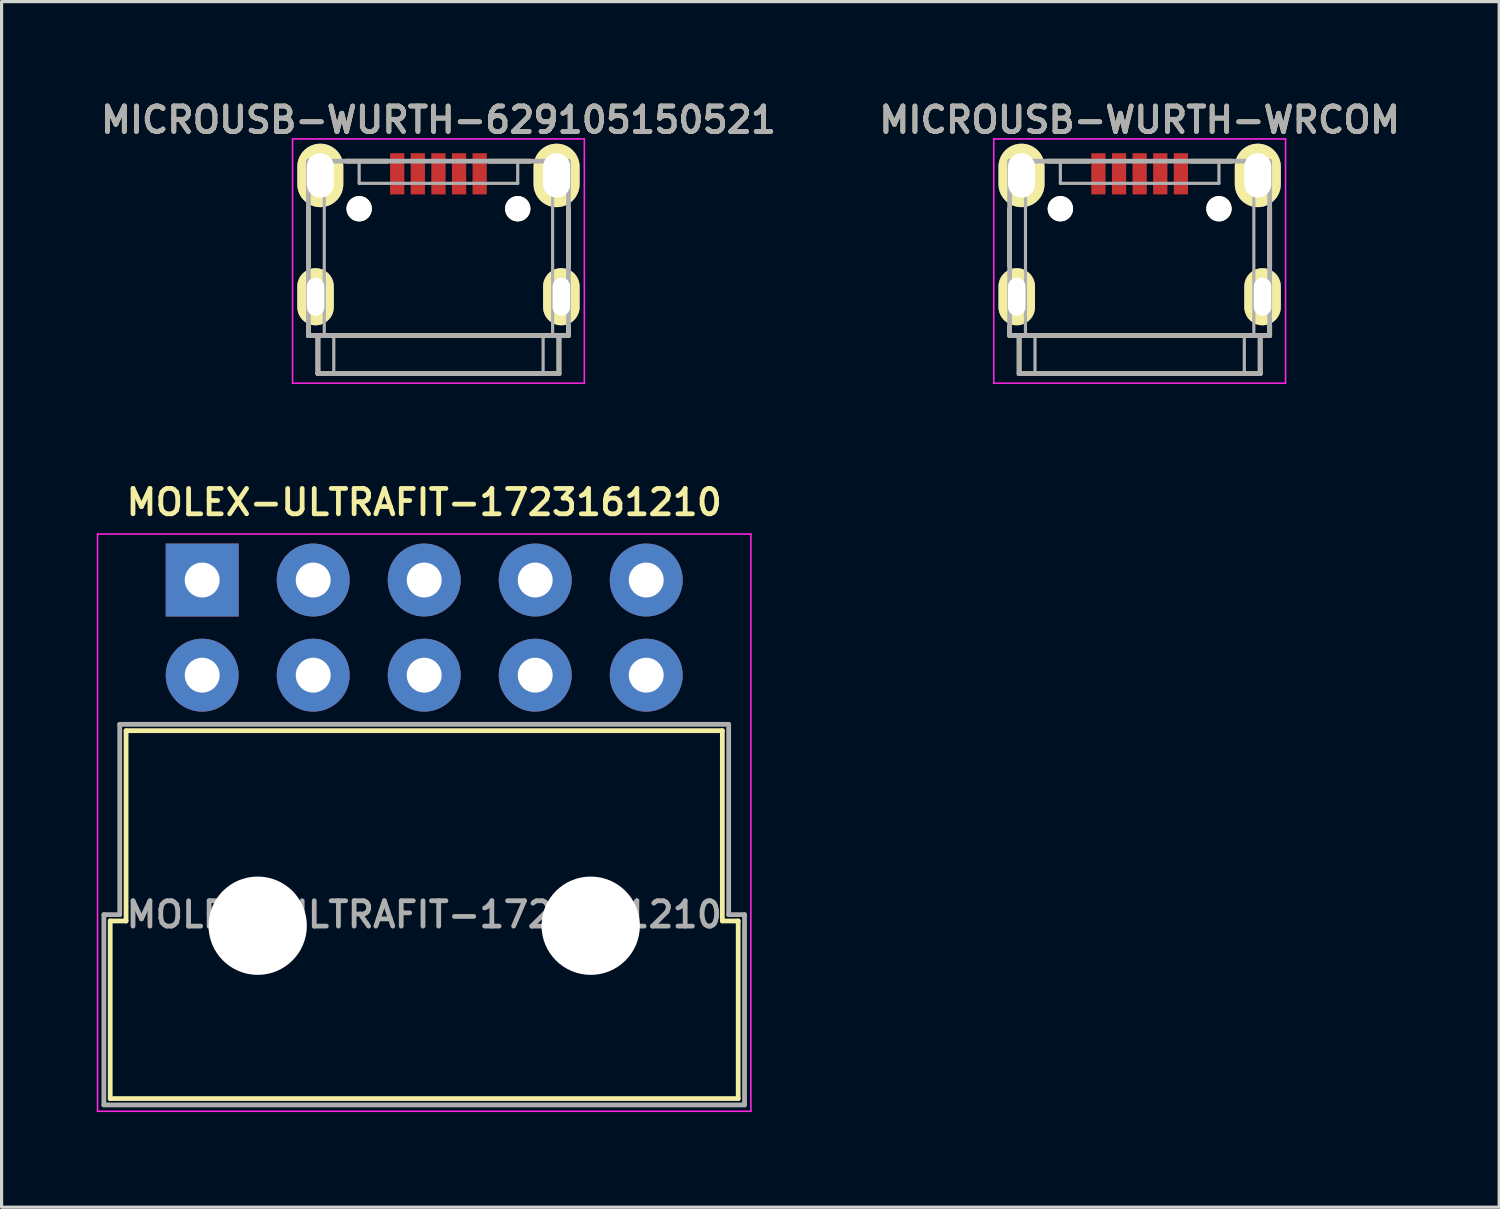
<source format=kicad_pcb>
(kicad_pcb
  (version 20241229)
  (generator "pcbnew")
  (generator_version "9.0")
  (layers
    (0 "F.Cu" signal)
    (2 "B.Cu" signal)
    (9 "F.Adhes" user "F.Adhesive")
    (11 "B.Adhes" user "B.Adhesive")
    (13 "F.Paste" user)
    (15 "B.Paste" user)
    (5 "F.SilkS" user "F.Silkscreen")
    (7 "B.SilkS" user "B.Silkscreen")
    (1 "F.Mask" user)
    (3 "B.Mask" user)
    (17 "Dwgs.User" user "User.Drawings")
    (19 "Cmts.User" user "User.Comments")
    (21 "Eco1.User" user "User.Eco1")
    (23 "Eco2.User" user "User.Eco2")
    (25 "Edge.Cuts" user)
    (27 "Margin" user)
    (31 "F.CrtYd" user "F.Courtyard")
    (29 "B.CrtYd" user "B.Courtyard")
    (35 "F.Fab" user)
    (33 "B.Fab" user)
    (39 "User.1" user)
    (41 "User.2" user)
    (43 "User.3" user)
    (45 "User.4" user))
  (footprint "MICROUSB-WURTH-629105150521"
    (layer "F.Cu")
    (at 10.774 5.131)
    (property "Reference" "MICROUSB-WURTH-629105150521" (at 0 -4.4 0) (layer "F.SilkS") (effects (font (size 0.8 0.8) (thickness 0.15))))
    (attr through_hole)
    (fp_line (start -4.1 -1.6) (end -4.1 0.2) (stroke (width 0.15) (type solid)) (layer "F.SilkS"))
    (fp_line (start -4.1 2.1) (end -4.1 2.4) (stroke (width 0.15) (type solid)) (layer "F.SilkS"))
    (fp_line (start -4.1 2.4) (end 4.1 2.4) (stroke (width 0.15) (type solid)) (layer "F.SilkS"))
    (fp_line (start -3.8 2.4) (end -3.8 3.6) (stroke (width 0.15) (type solid)) (layer "F.SilkS"))
    (fp_line (start -3.8 3.6) (end 3.8 3.6) (stroke (width 0.15) (type solid)) (layer "F.SilkS"))
    (fp_line (start -1.6 -3.1) (end -2.9 -3.1) (stroke (width 0.15) (type solid)) (layer "F.SilkS"))
    (fp_line (start 1.6 -3.1) (end 2.9 -3.1) (stroke (width 0.15) (type solid)) (layer "F.SilkS"))
    (fp_line (start 3.8 3.6) (end 3.8 2.4) (stroke (width 0.15) (type solid)) (layer "F.SilkS"))
    (fp_line (start 4.1 -1.6) (end 4.1 0.2) (stroke (width 0.15) (type solid)) (layer "F.SilkS"))
    (fp_line (start 4.1 2.4) (end 4.1 2.1) (stroke (width 0.15) (type solid)) (layer "F.SilkS"))
    (fp_line (start -4.6 -3.8) (end 4.6 -3.8) (stroke (width 0.05) (type solid)) (layer "F.CrtYd"))
    (fp_line (start -4.6 3.9) (end -4.6 -3.8) (stroke (width 0.05) (type solid)) (layer "F.CrtYd"))
    (fp_line (start 4.6 -3.8) (end 4.6 3.9) (stroke (width 0.05) (type solid)) (layer "F.CrtYd"))
    (fp_line (start 4.6 3.9) (end -4.6 3.9) (stroke (width 0.05) (type solid)) (layer "F.CrtYd"))
    (fp_line (start -4.1 -3.1) (end 4.1 -3.1) (stroke (width 0.15) (type solid)) (layer "F.Fab"))
    (fp_line (start -4.1 2.4) (end -4.1 -3.1) (stroke (width 0.15) (type solid)) (layer "F.Fab"))
    (fp_line (start -3.8 2.4) (end -4.1 2.4) (stroke (width 0.15) (type solid)) (layer "F.Fab"))
    (fp_line (start -3.8 2.4) (end -3.8 3.6) (stroke (width 0.15) (type solid)) (layer "F.Fab"))
    (fp_line (start -3.8 2.4) (end 3.8 2.4) (stroke (width 0.15) (type solid)) (layer "F.Fab"))
    (fp_line (start -3.6 2.4) (end -3.6 -3.1) (stroke (width 0.1) (type solid)) (layer "F.Fab"))
    (fp_line (start -3.3 2.4) (end -3.3 3.6) (stroke (width 0.1) (type solid)) (layer "F.Fab"))
    (fp_line (start -2.5 -3.1) (end -2.5 -2.4) (stroke (width 0.1) (type solid)) (layer "F.Fab"))
    (fp_line (start -2.5 -2.4) (end 2.5 -2.4) (stroke (width 0.1) (type solid)) (layer "F.Fab"))
    (fp_line (start 2.5 -2.4) (end 2.5 -3) (stroke (width 0.1) (type solid)) (layer "F.Fab"))
    (fp_line (start 3.3 2.4) (end 3.3 3.6) (stroke (width 0.1) (type solid)) (layer "F.Fab"))
    (fp_line (start 3.6 -3.1) (end 3.6 2.4) (stroke (width 0.1) (type solid)) (layer "F.Fab"))
    (fp_line (start 3.8 3.6) (end -3.8 3.6) (stroke (width 0.15) (type solid)) (layer "F.Fab"))
    (fp_line (start 3.8 3.6) (end 3.8 2.4) (stroke (width 0.15) (type solid)) (layer "F.Fab"))
    (fp_line (start 4.1 -3.1) (end 4.1 2.4) (stroke (width 0.15) (type solid)) (layer "F.Fab"))
    (fp_line (start 4.1 2.4) (end 3.8 2.4) (stroke (width 0.15) (type solid)) (layer "F.Fab"))
    (fp_text user "${REFERENCE}" (at 0 -4.4 0) (layer "F.Fab") (effects (font (size 0.8 0.8) (thickness 0.15))))
    (pad "" np_thru_hole circle (at -2.5 -1.6) (size 0.8 0.8) (drill 0.8) (layers "*.Cu" "*.Mask" "F.SilkS"))
    (pad "" np_thru_hole circle (at 2.5 -1.6) (size 0.8 0.8) (drill 0.8) (layers "*.Cu" "*.Mask" "F.SilkS"))
    (pad "1" smd rect (at -1.3 -2.7) (size 0.45 1.3) (layers "F.Cu" "F.Mask" "F.Paste"))
    (pad "2" smd rect (at -0.65 -2.7) (size 0.45 1.3) (layers "F.Cu" "F.Mask" "F.Paste"))
    (pad "3" smd rect (at 0 -2.7) (size 0.45 1.3) (layers "F.Cu" "F.Mask" "F.Paste"))
    (pad "4" smd rect (at 0.65 -2.7) (size 0.45 1.3) (layers "F.Cu" "F.Mask" "F.Paste"))
    (pad "5" smd rect (at 1.3 -2.7) (size 0.45 1.3) (layers "F.Cu" "F.Mask" "F.Paste"))
    (pad "S1" thru_hole oval (at -3.725 -2.65) (size 1.45 2) (drill oval 0.85 1.4) (layers "*.Cu" "*.Mask" "F.SilkS"))
    (pad "S2" thru_hole oval (at 3.725 -2.65) (size 1.45 2) (drill oval 0.85 1.4) (layers "*.Cu" "*.Mask" "F.SilkS"))
    (pad "S3" thru_hole oval (at -3.875 1.175) (size 1.15 1.8) (drill oval 0.55 1.2) (layers "*.Cu" "*.Mask" "F.SilkS"))
    (pad "S4" thru_hole oval (at 3.875 1.175) (size 1.15 1.8) (drill oval 0.55 1.2) (layers "*.Cu" "*.Mask" "F.SilkS")))
  (footprint "MICROUSB-WURTH-WRCOM"
    (layer "F.Cu")
    (at 32.883 5.131)
    (property "Reference" "MICROUSB-WURTH-WRCOM" (at 0 -4.4 0) (layer "F.SilkS") (effects (font (size 0.8 0.8) (thickness 0.15))))
    (attr through_hole)
    (fp_line (start -4.1 -1.6) (end -4.1 0.2) (stroke (width 0.15) (type solid)) (layer "F.SilkS"))
    (fp_line (start -4.1 2.1) (end -4.1 2.4) (stroke (width 0.15) (type solid)) (layer "F.SilkS"))
    (fp_line (start -4.1 2.4) (end 4.1 2.4) (stroke (width 0.15) (type solid)) (layer "F.SilkS"))
    (fp_line (start -3.8 2.4) (end -3.8 3.6) (stroke (width 0.15) (type solid)) (layer "F.SilkS"))
    (fp_line (start -3.8 3.6) (end 3.8 3.6) (stroke (width 0.15) (type solid)) (layer "F.SilkS"))
    (fp_line (start -1.6 -3.1) (end -2.9 -3.1) (stroke (width 0.15) (type solid)) (layer "F.SilkS"))
    (fp_line (start 1.6 -3.1) (end 2.9 -3.1) (stroke (width 0.15) (type solid)) (layer "F.SilkS"))
    (fp_line (start 3.8 3.6) (end 3.8 2.4) (stroke (width 0.15) (type solid)) (layer "F.SilkS"))
    (fp_line (start 4.1 -1.6) (end 4.1 0.2) (stroke (width 0.15) (type solid)) (layer "F.SilkS"))
    (fp_line (start 4.1 2.4) (end 4.1 2.1) (stroke (width 0.15) (type solid)) (layer "F.SilkS"))
    (fp_line (start -4.6 -3.8) (end 4.6 -3.8) (stroke (width 0.05) (type solid)) (layer "F.CrtYd"))
    (fp_line (start -4.6 3.9) (end -4.6 -3.8) (stroke (width 0.05) (type solid)) (layer "F.CrtYd"))
    (fp_line (start 4.6 -3.8) (end 4.6 3.9) (stroke (width 0.05) (type solid)) (layer "F.CrtYd"))
    (fp_line (start 4.6 3.9) (end -4.6 3.9) (stroke (width 0.05) (type solid)) (layer "F.CrtYd"))
    (fp_line (start -4.1 -3.1) (end 4.1 -3.1) (stroke (width 0.15) (type solid)) (layer "F.Fab"))
    (fp_line (start -4.1 2.4) (end -4.1 -3.1) (stroke (width 0.15) (type solid)) (layer "F.Fab"))
    (fp_line (start -3.8 2.4) (end -4.1 2.4) (stroke (width 0.15) (type solid)) (layer "F.Fab"))
    (fp_line (start -3.8 2.4) (end -3.8 3.6) (stroke (width 0.15) (type solid)) (layer "F.Fab"))
    (fp_line (start -3.8 2.4) (end 3.8 2.4) (stroke (width 0.15) (type solid)) (layer "F.Fab"))
    (fp_line (start -3.6 2.4) (end -3.6 -3.1) (stroke (width 0.1) (type solid)) (layer "F.Fab"))
    (fp_line (start -3.3 2.4) (end -3.3 3.6) (stroke (width 0.1) (type solid)) (layer "F.Fab"))
    (fp_line (start -2.5 -3.1) (end -2.5 -2.4) (stroke (width 0.1) (type solid)) (layer "F.Fab"))
    (fp_line (start -2.5 -2.4) (end 2.5 -2.4) (stroke (width 0.1) (type solid)) (layer "F.Fab"))
    (fp_line (start 2.5 -2.4) (end 2.5 -3) (stroke (width 0.1) (type solid)) (layer "F.Fab"))
    (fp_line (start 3.3 2.4) (end 3.3 3.6) (stroke (width 0.1) (type solid)) (layer "F.Fab"))
    (fp_line (start 3.6 -3.1) (end 3.6 2.4) (stroke (width 0.1) (type solid)) (layer "F.Fab"))
    (fp_line (start 3.8 3.6) (end -3.8 3.6) (stroke (width 0.15) (type solid)) (layer "F.Fab"))
    (fp_line (start 3.8 3.6) (end 3.8 2.4) (stroke (width 0.15) (type solid)) (layer "F.Fab"))
    (fp_line (start 4.1 -3.1) (end 4.1 2.4) (stroke (width 0.15) (type solid)) (layer "F.Fab"))
    (fp_line (start 4.1 2.4) (end 3.8 2.4) (stroke (width 0.15) (type solid)) (layer "F.Fab"))
    (fp_text user "${REFERENCE}" (at 0 -4.4 0) (layer "F.Fab") (effects (font (size 0.8 0.8) (thickness 0.15))))
    (pad "" np_thru_hole circle (at -2.5 -1.6) (size 0.8 0.8) (drill 0.8) (layers "*.Cu" "*.Mask" "F.SilkS"))
    (pad "" np_thru_hole circle (at 2.5 -1.6) (size 0.8 0.8) (drill 0.8) (layers "*.Cu" "*.Mask" "F.SilkS"))
    (pad "1" smd rect (at -1.3 -2.7) (size 0.45 1.3) (layers "F.Cu" "F.Mask" "F.Paste"))
    (pad "2" smd rect (at -0.65 -2.7) (size 0.45 1.3) (layers "F.Cu" "F.Mask" "F.Paste"))
    (pad "3" smd rect (at 0 -2.7) (size 0.45 1.3) (layers "F.Cu" "F.Mask" "F.Paste"))
    (pad "4" smd rect (at 0.65 -2.7) (size 0.45 1.3) (layers "F.Cu" "F.Mask" "F.Paste"))
    (pad "5" smd rect (at 1.3 -2.7) (size 0.45 1.3) (layers "F.Cu" "F.Mask" "F.Paste"))
    (pad "S1" thru_hole oval (at -3.725 -2.65) (size 1.45 2) (drill oval 0.85 1.4) (layers "*.Cu" "*.Mask" "F.SilkS"))
    (pad "S2" thru_hole oval (at 3.725 -2.65) (size 1.45 2) (drill oval 0.85 1.4) (layers "*.Cu" "*.Mask" "F.SilkS"))
    (pad "S3" thru_hole oval (at -3.875 1.175) (size 1.15 1.8) (drill oval 0.55 1.2) (layers "*.Cu" "*.Mask" "F.SilkS"))
    (pad "S4" thru_hole oval (at 3.875 1.175) (size 1.15 1.8) (drill oval 0.55 1.2) (layers "*.Cu" "*.Mask" "F.SilkS")))
  (footprint "MOLEX-ULTRAFIT-1723161210"
    (layer "F.Cu")
    (at 10.325 25.788)
    (property "Reference" "MOLEX-ULTRAFIT-1723161210" (at 0 -13 0) (layer "F.SilkS") (effects (font (size 0.8 0.8) (thickness 0.15))))
    (attr through_hole)
    (fp_line (start -9.9 0.2) (end -9.4 0.2) (stroke (width 0.15) (type solid)) (layer "F.SilkS"))
    (fp_line (start -9.9 5.8) (end -9.9 0.2) (stroke (width 0.15) (type solid)) (layer "F.SilkS"))
    (fp_line (start -9.9 5.8) (end 9.9 5.8) (stroke (width 0.15) (type solid)) (layer "F.SilkS"))
    (fp_line (start -9.4 -5.8) (end -9.4 0.2) (stroke (width 0.15) (type solid)) (layer "F.SilkS"))
    (fp_line (start 9.4 -5.8) (end -9.4 -5.8) (stroke (width 0.15) (type solid)) (layer "F.SilkS"))
    (fp_line (start 9.4 0.2) (end 9.4 -5.8) (stroke (width 0.15) (type solid)) (layer "F.SilkS"))
    (fp_line (start 9.4 0.2) (end 9.9 0.2) (stroke (width 0.15) (type solid)) (layer "F.SilkS"))
    (fp_line (start 9.9 5.8) (end 9.9 0.2) (stroke (width 0.15) (type solid)) (layer "F.SilkS"))
    (fp_line (start -10.3 -12) (end 10.3 -12) (stroke (width 0.05) (type solid)) (layer "F.CrtYd"))
    (fp_line (start -10.3 6.2) (end -10.3 -12) (stroke (width 0.05) (type solid)) (layer "F.CrtYd"))
    (fp_line (start -10.3 6.2) (end 10.3 6.2) (stroke (width 0.05) (type solid)) (layer "F.CrtYd"))
    (fp_line (start 10.3 6.2) (end 10.3 -12) (stroke (width 0.05) (type solid)) (layer "F.CrtYd"))
    (fp_line (start -10.1 0) (end -10.1 6) (stroke (width 0.15) (type solid)) (layer "F.Fab"))
    (fp_line (start -10.1 6) (end 10.1 6) (stroke (width 0.15) (type solid)) (layer "F.Fab"))
    (fp_line (start -9.6 -6) (end -9.6 0) (stroke (width 0.15) (type solid)) (layer "F.Fab"))
    (fp_line (start -9.6 0) (end -10.1 0) (stroke (width 0.15) (type solid)) (layer "F.Fab"))
    (fp_line (start 9.6 -6) (end -9.6 -6) (stroke (width 0.15) (type solid)) (layer "F.Fab"))
    (fp_line (start 9.6 0) (end 9.6 -6) (stroke (width 0.15) (type solid)) (layer "F.Fab"))
    (fp_line (start 10.1 0) (end 9.6 0) (stroke (width 0.15) (type solid)) (layer "F.Fab"))
    (fp_line (start 10.1 6) (end 10.1 0) (stroke (width 0.15) (type solid)) (layer "F.Fab"))
    (fp_text user "${REFERENCE}" (at 0 0 0) (layer "F.Fab") (effects (font (size 0.8 0.8) (thickness 0.15))))
    (pad "" np_thru_hole circle (at -5.25 0.35) (size 3.1 3.1) (drill 3.1) (layers "*.Cu" "*.Mask"))
    (pad "" np_thru_hole circle (at 5.25 0.35) (size 3.1 3.1) (drill 3.1) (layers "*.Cu" "*.Mask"))
    (pad "1" thru_hole rect (at -7 -10.55) (size 2.3 2.3) (drill 1.1) (layers "*.Cu" "*.Mask"))
    (pad "2" thru_hole circle (at -7 -7.55) (size 2.3 2.3) (drill 1.1) (layers "*.Cu" "*.Mask"))
    (pad "3" thru_hole circle (at -3.5 -10.55) (size 2.3 2.3) (drill 1.1) (layers "*.Cu" "*.Mask"))
    (pad "4" thru_hole circle (at -3.5 -7.55) (size 2.3 2.3) (drill 1.1) (layers "*.Cu" "*.Mask"))
    (pad "5" thru_hole circle (at 0 -10.55) (size 2.3 2.3) (drill 1.1) (layers "*.Cu" "*.Mask"))
    (pad "6" thru_hole circle (at 0 -7.55) (size 2.3 2.3) (drill 1.1) (layers "*.Cu" "*.Mask"))
    (pad "7" thru_hole circle (at 3.5 -10.55) (size 2.3 2.3) (drill 1.1) (layers "*.Cu" "*.Mask"))
    (pad "8" thru_hole circle (at 3.5 -7.55) (size 2.3 2.3) (drill 1.1) (layers "*.Cu" "*.Mask"))
    (pad "9" thru_hole circle (at 7 -10.55) (size 2.3 2.3) (drill 1.1) (layers "*.Cu" "*.Mask"))
    (pad "10" thru_hole circle (at 7 -7.55) (size 2.3 2.3) (drill 1.1) (layers "*.Cu" "*.Mask")))
  (gr_rect
    (start -3 -3)
    (end 44.218 35.013)
    (stroke (width 0.1) (type default))
    (fill no)
    (layer "Edge.Cuts")))
</source>
